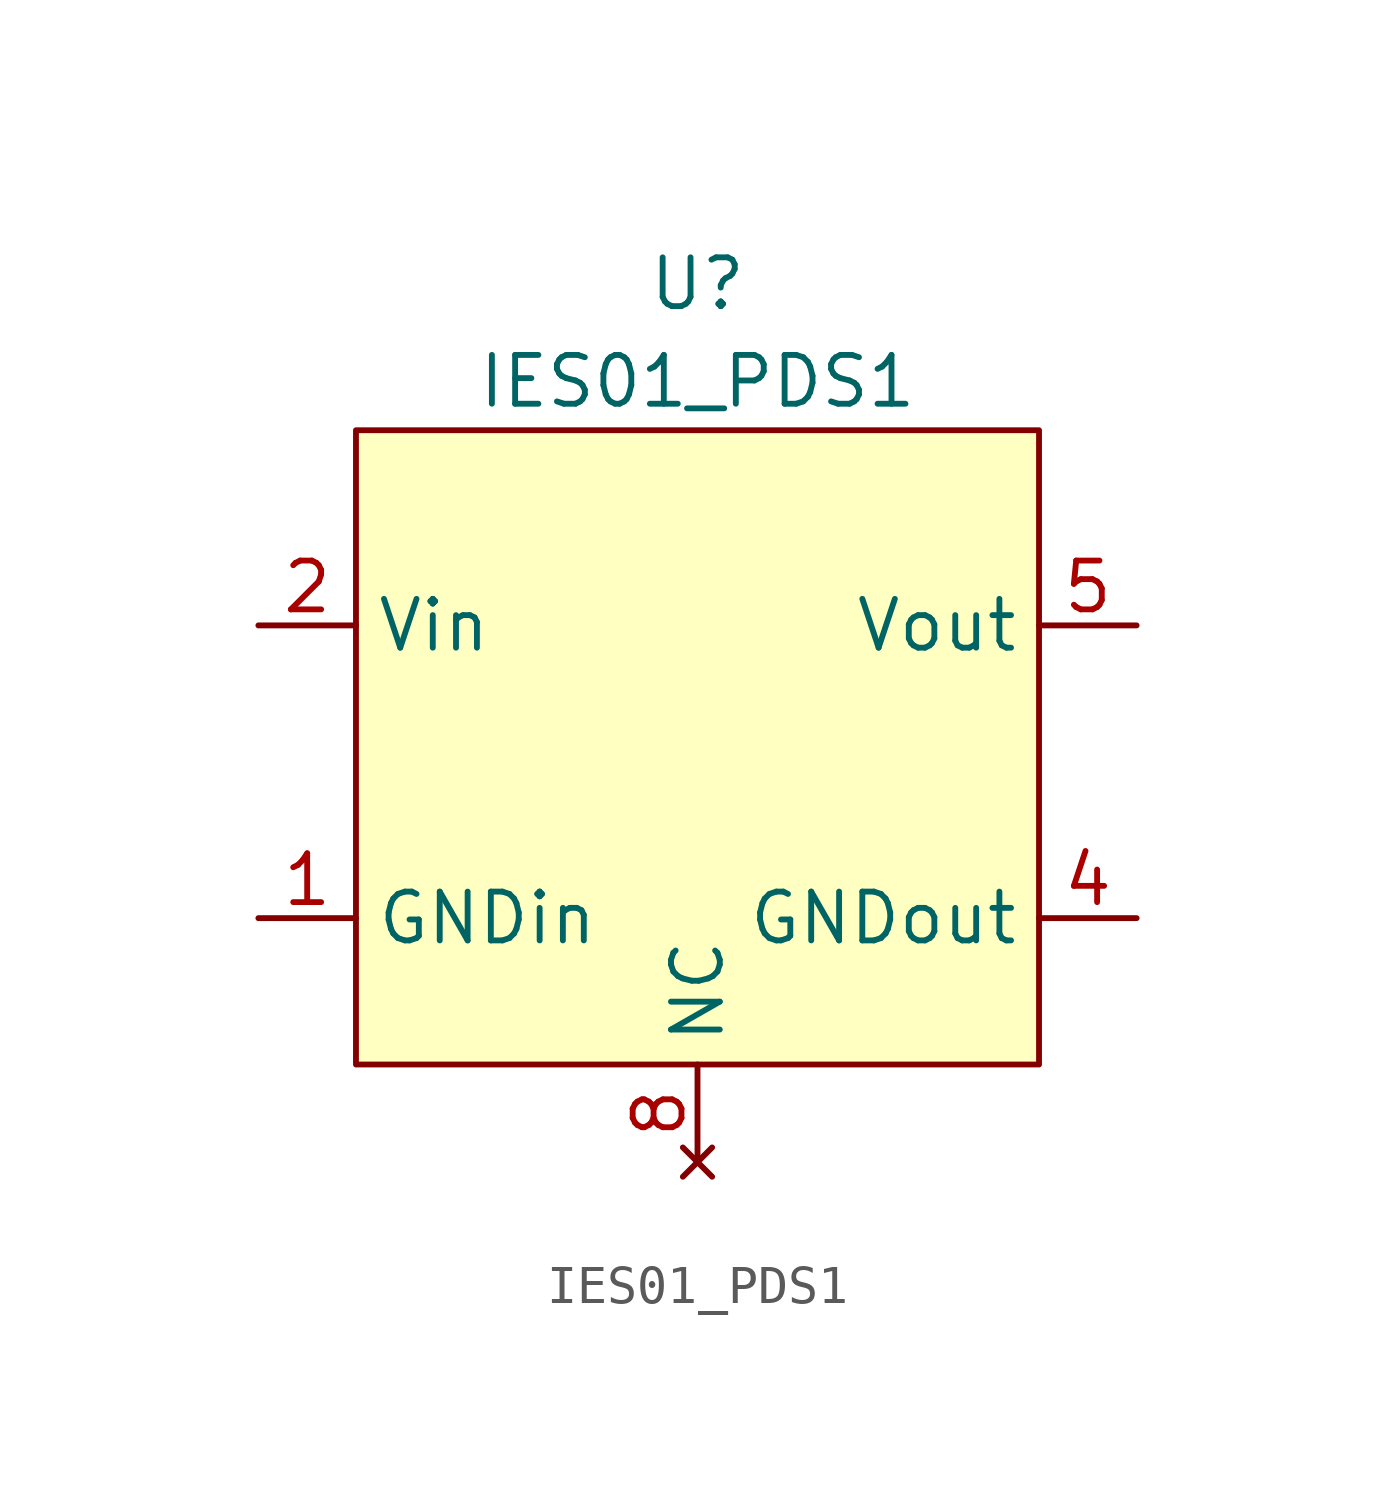
<source format=kicad_sym>
(kicad_symbol_lib
  (version 20211014)
  (generator kicad_symbol_editor)
  (symbol "IES01_PDS1"
    (property "Reference" "U"
      (at 0 11.43 0)
      (effects (font (size 1.27 1.27))))
    (property "Value" "IES01_PDS1"
      (at 0 8.89 0)
      (effects (font (size 1.27 1.27))))
    (symbol "IES01_PDS1_0_1"
      (rectangle (start -8.89 7.62) (end 8.89 -8.89) (stroke (width 0.152) (type default) (color 0 0 0 0)) (fill (type background))))
    (symbol "IES01_PDS1_1_1"
      (pin input line (at -11.43 -5.08 0) (length 2.54) (name "GNDin" (effects (font (size 1.27 1.27)))) (number "1" (effects (font (size 1.27 1.27)))))
      (pin input line (at -11.43 2.54 0) (length 2.54) (name "Vin" (effects (font (size 1.27 1.27)))) (number "2" (effects (font (size 1.27 1.27)))))
      (pin input line (at 11.43 -5.08 180) (length 2.54) (name "GNDout" (effects (font (size 1.27 1.27)))) (number "4" (effects (font (size 1.27 1.27)))))
      (pin power_out line (at 11.43 2.54 180) (length 2.54) (name "Vout" (effects (font (size 1.27 1.27)))) (number "5" (effects (font (size 1.27 1.27)))))
      (pin no_connect line (at 0 -11.43 90) (length 2.54) (name "NC" (effects (font (size 1.27 1.27)))) (number "8" (effects (font (size 1.27 1.27))))))))
</source>
